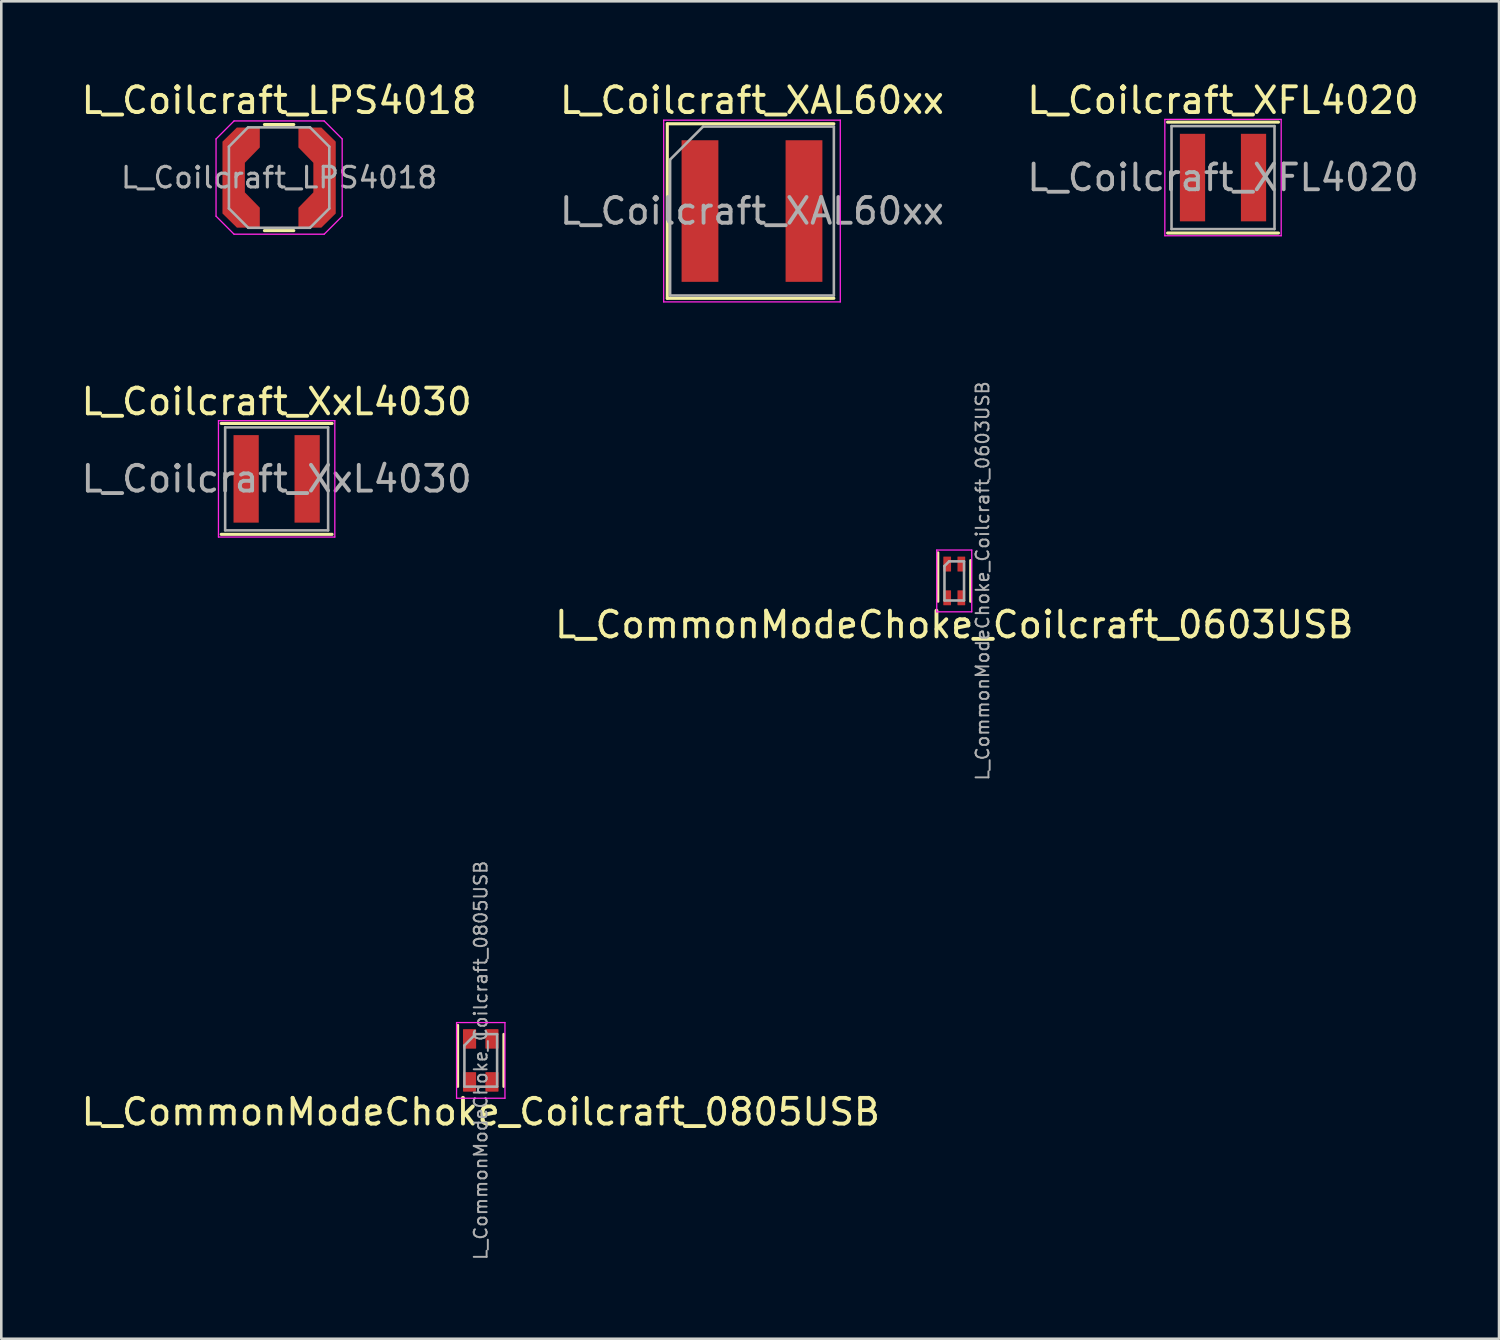
<source format=kicad_pcb>
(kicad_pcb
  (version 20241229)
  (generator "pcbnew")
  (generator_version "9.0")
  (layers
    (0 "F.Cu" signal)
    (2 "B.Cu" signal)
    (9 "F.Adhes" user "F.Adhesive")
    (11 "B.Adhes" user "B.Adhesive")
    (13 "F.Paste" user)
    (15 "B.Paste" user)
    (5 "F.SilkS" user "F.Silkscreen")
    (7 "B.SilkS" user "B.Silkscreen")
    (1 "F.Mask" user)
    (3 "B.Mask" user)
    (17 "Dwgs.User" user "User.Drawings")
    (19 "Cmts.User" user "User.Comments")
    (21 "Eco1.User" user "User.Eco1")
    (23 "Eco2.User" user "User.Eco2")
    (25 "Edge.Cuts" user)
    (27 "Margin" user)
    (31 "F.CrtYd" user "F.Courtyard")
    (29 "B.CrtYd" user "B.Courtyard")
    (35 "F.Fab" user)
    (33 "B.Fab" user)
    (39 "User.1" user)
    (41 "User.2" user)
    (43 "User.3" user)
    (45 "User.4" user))
  (footprint "L_Coilcraft_XAL60xx"
    (layer "F.Cu")
    (at 26.161 5.148)
    (property "Reference" "L_Coilcraft_XAL60xx" (at 0 -4.3 0) (layer "F.SilkS") (effects (font (size 1 1) (thickness 0.15))))
    (attr smd)
    (fp_line (start -3.29 -3.39) (end -3.29 3.39) (stroke (width 0.12) (type solid)) (layer "F.SilkS"))
    (fp_line (start -3.29 -3.39) (end 3.18 -3.39) (stroke (width 0.12) (type solid)) (layer "F.SilkS"))
    (fp_line (start -3.29 3.39) (end 3.18 3.39) (stroke (width 0.12) (type solid)) (layer "F.SilkS"))
    (fp_line (start -3.43 -3.53) (end -3.43 3.53) (stroke (width 0.05) (type solid)) (layer "F.CrtYd"))
    (fp_line (start -3.43 -3.53) (end 3.43 -3.53) (stroke (width 0.05) (type solid)) (layer "F.CrtYd"))
    (fp_line (start -3.43 3.53) (end 3.43 3.53) (stroke (width 0.05) (type solid)) (layer "F.CrtYd"))
    (fp_line (start 3.43 -3.53) (end 3.43 3.53) (stroke (width 0.05) (type solid)) (layer "F.CrtYd"))
    (fp_line (start -3.18 -2) (end -3.18 3.28) (stroke (width 0.1) (type solid)) (layer "F.Fab"))
    (fp_line (start -3.18 -2) (end -1.9 -3.28) (stroke (width 0.1) (type solid)) (layer "F.Fab"))
    (fp_line (start -3.18 3.28) (end 3.18 3.28) (stroke (width 0.1) (type solid)) (layer "F.Fab"))
    (fp_line (start -1.9 -3.28) (end 3.18 -3.28) (stroke (width 0.1) (type solid)) (layer "F.Fab"))
    (fp_line (start 3.18 -3.28) (end 3.18 3.28) (stroke (width 0.1) (type solid)) (layer "F.Fab"))
    (fp_text user "${REFERENCE}" (at 0 0 0) (layer "F.Fab") (effects (font (size 1 1) (thickness 0.15))))
    (pad "1" smd rect (at -2.02 0) (size 1.43 5.5) (layers "F.Cu" "F.Mask" "F.Paste"))
    (pad "2" smd rect (at 2.02 0) (size 1.43 5.5) (layers "F.Cu" "F.Mask" "F.Paste")))
  (footprint "L_Coilcraft_XFL4020"
    (layer "F.Cu")
    (at 44.458 3.848)
    (property "Reference" "L_Coilcraft_XFL4020" (at 0 -3 0) (layer "F.SilkS") (effects (font (size 1 1) (thickness 0.15))))
    (attr smd)
    (fp_line (start -2.154 -2.154) (end 2.154 -2.154) (stroke (width 0.12) (type solid)) (layer "F.SilkS"))
    (fp_line (start 2.154 2.154) (end -2.154 2.154) (stroke (width 0.12) (type solid)) (layer "F.SilkS"))
    (fp_line (start -2.26 -2.26) (end 2.26 -2.26) (stroke (width 0.05) (type solid)) (layer "F.CrtYd"))
    (fp_line (start -2.26 2.26) (end -2.26 -2.26) (stroke (width 0.05) (type solid)) (layer "F.CrtYd"))
    (fp_line (start 2.26 -2.26) (end 2.26 2.26) (stroke (width 0.05) (type solid)) (layer "F.CrtYd"))
    (fp_line (start 2.26 2.26) (end -2.26 2.26) (stroke (width 0.05) (type solid)) (layer "F.CrtYd"))
    (fp_line (start -2 -2) (end 2 -2) (stroke (width 0.1) (type solid)) (layer "F.Fab"))
    (fp_line (start -2 2) (end -2 -2) (stroke (width 0.1) (type solid)) (layer "F.Fab"))
    (fp_line (start 2 -2) (end 2 2) (stroke (width 0.1) (type solid)) (layer "F.Fab"))
    (fp_line (start 2 2) (end -2 2) (stroke (width 0.1) (type solid)) (layer "F.Fab"))
    (fp_text user "${REFERENCE}" (at 0 0 0) (layer "F.Fab") (effects (font (size 1 1) (thickness 0.15))))
    (pad "1" smd rect (at -1.185 0) (size 0.98 3.4) (layers "F.Cu" "F.Mask" "F.Paste"))
    (pad "2" smd rect (at 1.185 0) (size 0.98 3.4) (layers "F.Cu" "F.Mask" "F.Paste")))
  (footprint "L_CommonModeChoke_Coilcraft_0805USB"
    (layer "F.Cu")
    (at 15.625 38.141)
    (property "Reference" "L_CommonModeChoke_Coilcraft_0805USB" (at 0 2 0) (layer "F.SilkS") (effects (font (size 1 1) (thickness 0.15))))
    (attr smd)
    (fp_line (start -0.89 -1.37) (end -0.89 1.02) (stroke (width 0.1) (type solid)) (layer "F.SilkS"))
    (fp_line (start 0.89 -1.02) (end 0.89 1.02) (stroke (width 0.1) (type solid)) (layer "F.SilkS"))
    (fp_line (start -0.94 -1.47) (end 0.94 -1.47) (stroke (width 0.05) (type solid)) (layer "F.CrtYd"))
    (fp_line (start -0.94 1.47) (end -0.94 -1.47) (stroke (width 0.05) (type solid)) (layer "F.CrtYd"))
    (fp_line (start -0.94 1.47) (end 0.94 1.47) (stroke (width 0.05) (type solid)) (layer "F.CrtYd"))
    (fp_line (start 0.94 1.47) (end 0.94 -1.47) (stroke (width 0.05) (type solid)) (layer "F.CrtYd"))
    (fp_line (start -0.635 -0.58) (end -0.635 1.02) (stroke (width 0.1) (type solid)) (layer "F.Fab"))
    (fp_line (start -0.635 -0.58) (end -0.2 -1.02) (stroke (width 0.1) (type solid)) (layer "F.Fab"))
    (fp_line (start -0.635 1.02) (end 0.635 1.02) (stroke (width 0.1) (type solid)) (layer "F.Fab"))
    (fp_line (start -0.2 -1.02) (end 0.635 -1.02) (stroke (width 0.1) (type solid)) (layer "F.Fab"))
    (fp_line (start 0.635 -1.02) (end 0.635 1.02) (stroke (width 0.1) (type solid)) (layer "F.Fab"))
    (fp_text user "${REFERENCE}" (at 0 0 90) (layer "F.Fab") (effects (font (size 0.5 0.5) (thickness 0.075))))
    (pad "1" smd roundrect (at -0.435 -0.835) (size 0.51 0.76) (layers "F.Cu" "F.Mask" "F.Paste") (roundrect_rratio 0.05))
    (pad "2" smd roundrect (at -0.435 0.835) (size 0.51 0.76) (layers "F.Cu" "F.Mask" "F.Paste") (roundrect_rratio 0.05))
    (pad "3" smd roundrect (at 0.435 0.835) (size 0.51 0.76) (layers "F.Cu" "F.Mask" "F.Paste") (roundrect_rratio 0.05))
    (pad "4" smd roundrect (at 0.435 -0.835) (size 0.51 0.76) (layers "F.Cu" "F.Mask" "F.Paste") (roundrect_rratio 0.05)))
  (footprint "L_CommonModeChoke_Coilcraft_0603USB"
    (layer "F.Cu")
    (at 34.018 19.516)
    (property "Reference" "L_CommonModeChoke_Coilcraft_0603USB" (at 0 1.7 0) (layer "F.SilkS") (effects (font (size 1 1) (thickness 0.15))))
    (attr smd)
    (fp_line (start -0.63 -1.1) (end -0.63 0.8) (stroke (width 0.1) (type solid)) (layer "F.SilkS"))
    (fp_line (start 0.63 0.8) (end 0.63 -0.8) (stroke (width 0.1) (type solid)) (layer "F.SilkS"))
    (fp_line (start -0.68 -1.2) (end 0.68 -1.2) (stroke (width 0.05) (type solid)) (layer "F.CrtYd"))
    (fp_line (start -0.68 1.2) (end -0.68 -1.2) (stroke (width 0.05) (type solid)) (layer "F.CrtYd"))
    (fp_line (start -0.68 1.2) (end 0.68 1.2) (stroke (width 0.05) (type solid)) (layer "F.CrtYd"))
    (fp_line (start 0.68 1.2) (end 0.68 -1.2) (stroke (width 0.05) (type solid)) (layer "F.CrtYd"))
    (fp_line (start -0.38 -0.58) (end -0.38 0.76) (stroke (width 0.1) (type solid)) (layer "F.Fab"))
    (fp_line (start -0.38 -0.58) (end -0.2 -0.76) (stroke (width 0.1) (type solid)) (layer "F.Fab"))
    (fp_line (start -0.38 0.76) (end 0.38 0.76) (stroke (width 0.1) (type solid)) (layer "F.Fab"))
    (fp_line (start -0.2 -0.76) (end 0.38 -0.76) (stroke (width 0.1) (type solid)) (layer "F.Fab"))
    (fp_line (start 0.38 -0.76) (end 0.38 0.76) (stroke (width 0.1) (type solid)) (layer "F.Fab"))
    (fp_text user "${REFERENCE}" (at 1.1 0 90) (layer "F.Fab") (effects (font (size 0.5 0.5) (thickness 0.075))))
    (pad "1" smd roundrect (at -0.275 -0.655) (size 0.3 0.58) (layers "F.Cu" "F.Mask" "F.Paste") (roundrect_rratio 0.05))
    (pad "2" smd roundrect (at -0.275 0.655) (size 0.3 0.58) (layers "F.Cu" "F.Mask" "F.Paste") (roundrect_rratio 0.05))
    (pad "3" smd roundrect (at 0.275 0.655) (size 0.3 0.58) (layers "F.Cu" "F.Mask" "F.Paste") (roundrect_rratio 0.05))
    (pad "4" smd roundrect (at 0.275 -0.655) (size 0.3 0.58) (layers "F.Cu" "F.Mask" "F.Paste") (roundrect_rratio 0.05)))
  (footprint "L_Coilcraft_LPS4018"
    (layer "F.Cu")
    (at 7.792 3.848)
    (property "Reference" "L_Coilcraft_LPS4018" (at 0 -3 0) (layer "F.SilkS") (effects (font (size 1 1) (thickness 0.15))))
    (attr smd)
    (fp_line (start -0.57 -2.06) (end 0.57 -2.06) (stroke (width 0.12) (type solid)) (layer "F.SilkS"))
    (fp_line (start -0.57 2.06) (end 0.57 2.06) (stroke (width 0.12) (type solid)) (layer "F.SilkS"))
    (fp_line (start -2.45 -1.5) (end -2.45 1.5) (stroke (width 0.05) (type solid)) (layer "F.CrtYd"))
    (fp_line (start -1.75 -2.2) (end -2.45 -1.5) (stroke (width 0.05) (type solid)) (layer "F.CrtYd"))
    (fp_line (start -1.75 -2.2) (end 1.75 -2.2) (stroke (width 0.05) (type solid)) (layer "F.CrtYd"))
    (fp_line (start -1.75 2.2) (end -2.45 1.5) (stroke (width 0.05) (type solid)) (layer "F.CrtYd"))
    (fp_line (start -1.75 2.2) (end 1.75 2.2) (stroke (width 0.05) (type solid)) (layer "F.CrtYd"))
    (fp_line (start 1.75 -2.2) (end 2.45 -1.5) (stroke (width 0.05) (type solid)) (layer "F.CrtYd"))
    (fp_line (start 1.75 2.2) (end 2.45 1.5) (stroke (width 0.05) (type solid)) (layer "F.CrtYd"))
    (fp_line (start 2.45 -1.5) (end 2.45 1.5) (stroke (width 0.05) (type solid)) (layer "F.CrtYd"))
    (fp_line (start -1.95 -1.2) (end -1.21 -1.95) (stroke (width 0.1) (type solid)) (layer "F.Fab"))
    (fp_line (start -1.95 1.2) (end -1.95 -1.2) (stroke (width 0.1) (type solid)) (layer "F.Fab"))
    (fp_line (start -1.95 1.2) (end -1.2 1.95) (stroke (width 0.1) (type solid)) (layer "F.Fab"))
    (fp_line (start -1.2 -1.95) (end 1.2 -1.95) (stroke (width 0.1) (type solid)) (layer "F.Fab"))
    (fp_line (start 1.2 -1.95) (end 1.95 -1.2) (stroke (width 0.1) (type solid)) (layer "F.Fab"))
    (fp_line (start 1.2 1.95) (end -1.2 1.95) (stroke (width 0.1) (type solid)) (layer "F.Fab"))
    (fp_line (start 1.2 1.95) (end 1.95 1.2) (stroke (width 0.1) (type solid)) (layer "F.Fab"))
    (fp_line (start 1.95 -1.2) (end 1.95 1.2) (stroke (width 0.1) (type solid)) (layer "F.Fab"))
    (fp_text user "${REFERENCE}" (at 0 0 0) (layer "F.Fab") (effects (font (size 0.8 0.8) (thickness 0.12))))
    (pad "1" smd custom (at -1.765 0) (size 0.87 2.79) (layers "F.Cu" "F.Mask" "F.Paste") (options (anchor rect)) (primitives (gr_poly (pts (xy -0.435 -1.395) (xy 0.125 -1.945) (xy 1.015 -1.945) (xy 1.015 -1.17) (xy 0.435 -0.575) (xy 0.435 0.575) (xy 1.015 1.17) (xy 1.015 1.945) (xy 0.125 1.945) (xy -0.435 1.395)) (width 0) (fill yes))))
    (pad "2" smd custom (at 1.765 0) (size 0.87 2.79) (layers "F.Cu" "F.Mask" "F.Paste") (options (anchor rect)) (primitives (gr_poly (pts (xy 0.435 -1.395) (xy -0.125 -1.945) (xy -1.015 -1.945) (xy -1.015 -1.17) (xy -0.435 -0.575) (xy -0.435 0.575) (xy -1.015 1.17) (xy -1.015 1.945) (xy -0.125 1.945) (xy 0.435 1.395)) (width 0) (fill yes)))))
  (footprint "L_Coilcraft_XxL4030"
    (layer "F.Cu")
    (at 7.696 15.552)
    (property "Reference" "L_Coilcraft_XxL4030" (at 0 -3 0) (layer "F.SilkS") (effects (font (size 1 1) (thickness 0.15))))
    (attr smd)
    (fp_line (start -2.154 -2.154) (end 2.154 -2.154) (stroke (width 0.12) (type solid)) (layer "F.SilkS"))
    (fp_line (start 2.154 2.154) (end -2.154 2.154) (stroke (width 0.12) (type solid)) (layer "F.SilkS"))
    (fp_line (start -2.26 -2.26) (end 2.26 -2.26) (stroke (width 0.05) (type solid)) (layer "F.CrtYd"))
    (fp_line (start -2.26 2.26) (end -2.26 -2.26) (stroke (width 0.05) (type solid)) (layer "F.CrtYd"))
    (fp_line (start 2.26 -2.26) (end 2.26 2.26) (stroke (width 0.05) (type solid)) (layer "F.CrtYd"))
    (fp_line (start 2.26 2.26) (end -2.26 2.26) (stroke (width 0.05) (type solid)) (layer "F.CrtYd"))
    (fp_line (start -2 -2) (end 2 -2) (stroke (width 0.1) (type solid)) (layer "F.Fab"))
    (fp_line (start -2 2) (end -2 -2) (stroke (width 0.1) (type solid)) (layer "F.Fab"))
    (fp_line (start 2 -2) (end 2 2) (stroke (width 0.1) (type solid)) (layer "F.Fab"))
    (fp_line (start 2 2) (end -2 2) (stroke (width 0.1) (type solid)) (layer "F.Fab"))
    (fp_text user "${REFERENCE}" (at 0 0 0) (layer "F.Fab") (effects (font (size 1 1) (thickness 0.15))))
    (pad "1" smd rect (at -1.185 0) (size 0.98 3.4) (layers "F.Cu" "F.Mask" "F.Paste"))
    (pad "2" smd rect (at 1.185 0) (size 0.98 3.4) (layers "F.Cu" "F.Mask" "F.Paste")))
  (gr_rect
    (start -3 -3)
    (end 55.179 48.953)
    (stroke (width 0.1) (type default))
    (fill no)
    (layer "Edge.Cuts")))
</source>
